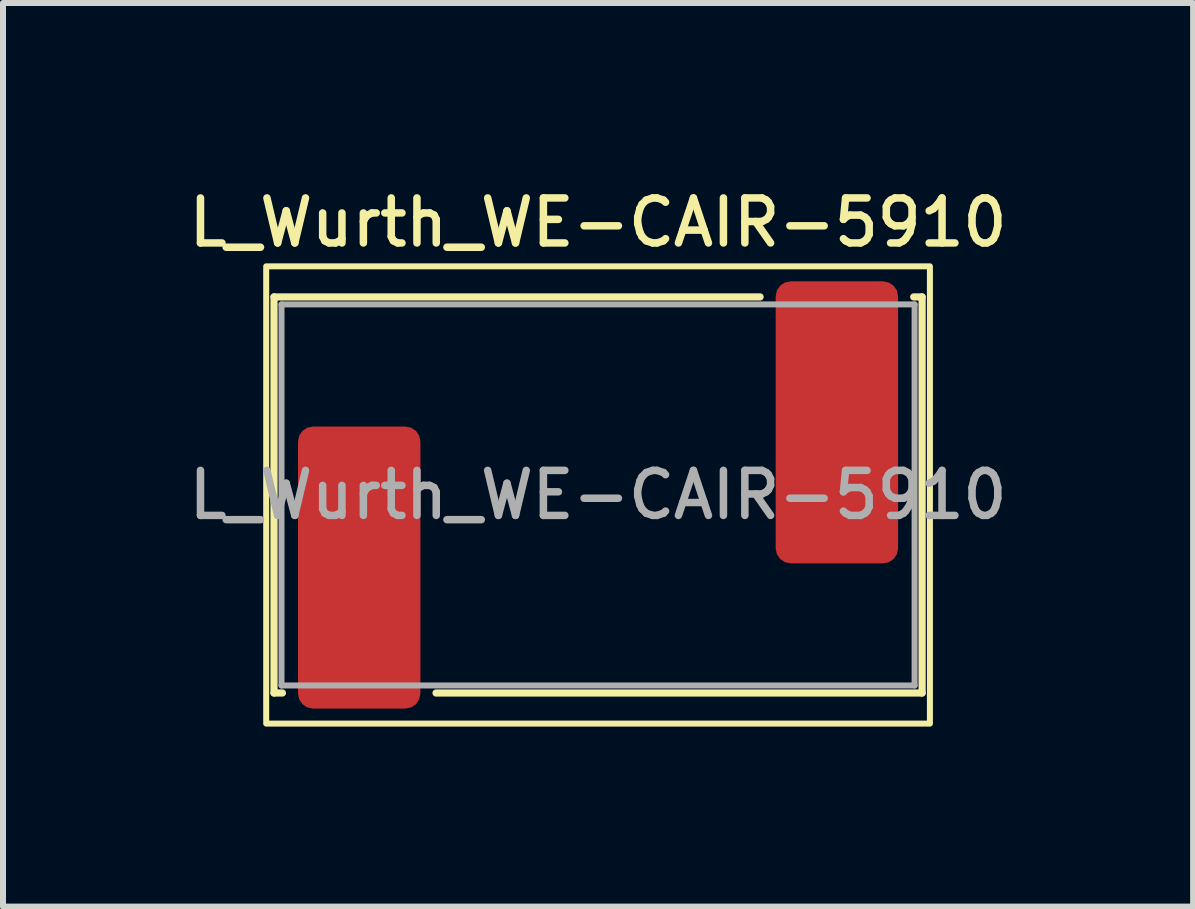
<source format=kicad_pcb>
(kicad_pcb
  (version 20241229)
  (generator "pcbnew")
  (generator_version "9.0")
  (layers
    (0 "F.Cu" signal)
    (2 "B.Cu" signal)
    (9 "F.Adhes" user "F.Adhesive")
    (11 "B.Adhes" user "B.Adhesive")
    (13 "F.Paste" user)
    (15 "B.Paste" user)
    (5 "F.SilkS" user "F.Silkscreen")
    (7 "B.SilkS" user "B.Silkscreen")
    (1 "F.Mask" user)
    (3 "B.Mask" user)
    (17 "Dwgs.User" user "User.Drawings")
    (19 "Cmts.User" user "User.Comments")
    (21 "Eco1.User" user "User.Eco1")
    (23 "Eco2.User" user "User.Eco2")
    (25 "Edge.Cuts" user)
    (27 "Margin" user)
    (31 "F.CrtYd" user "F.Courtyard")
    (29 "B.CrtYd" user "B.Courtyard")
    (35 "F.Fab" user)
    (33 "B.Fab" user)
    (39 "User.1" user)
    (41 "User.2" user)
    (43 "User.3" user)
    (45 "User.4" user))
  (footprint "L_Wurth_WE-CAIR-5910"
    (layer "F.Cu")
    (at 6.916 5.198)
    (property "Reference" "L_Wurth_WE-CAIR-5910" (at 0 -4.54 0) (unlocked yes) (layer "F.SilkS") (effects (font (size 0.75 0.75) (thickness 0.125))))
    (attr smd)
    (fp_line (start -5.4 -3.3) (end -5.4 3.3) (stroke (width 0.12) (type default)) (layer "F.SilkS"))
    (fp_line (start -5.4 3.3) (end -5.26 3.3) (stroke (width 0.12) (type default)) (layer "F.SilkS"))
    (fp_line (start -2.7 3.3) (end 5.4 3.3) (stroke (width 0.12) (type default)) (layer "F.SilkS"))
    (fp_line (start 2.7 -3.3) (end -5.4 -3.3) (stroke (width 0.12) (type default)) (layer "F.SilkS"))
    (fp_line (start 5.4 -3.3) (end 5.26 -3.3) (stroke (width 0.12) (type default)) (layer "F.SilkS"))
    (fp_line (start 5.4 3.3) (end 5.4 -3.3) (stroke (width 0.12) (type default)) (layer "F.SilkS"))
    (fp_rect (start 5.53 -3.81) (end -5.53 3.81) (stroke (width 0.1) (type default)) (fill no) (layer "F.SilkS"))
    (fp_line (start -5.275 -3.175) (end -5.275 3.175) (stroke (width 0.1) (type default)) (layer "F.Fab"))
    (fp_line (start -5.275 3.175) (end 5.275 3.175) (stroke (width 0.1) (type default)) (layer "F.Fab"))
    (fp_line (start 5.275 -3.175) (end -5.275 -3.175) (stroke (width 0.1) (type default)) (layer "F.Fab"))
    (fp_line (start 5.275 3.175) (end 5.275 -3.175) (stroke (width 0.1) (type default)) (layer "F.Fab"))
    (fp_text user "${REFERENCE}" (at 0 0 0) (unlocked yes) (layer "F.Fab") (effects (font (size 0.75 0.75) (thickness 0.125))))
    (pad "1" smd roundrect (at -3.98 1.21 180) (size 2.04 4.7) (layers "F.Cu" "F.Mask" "F.Paste") (roundrect_rratio 0.123))
    (pad "2" smd roundrect (at 3.98 -1.21 180) (size 2.04 4.7) (layers "F.Cu" "F.Mask" "F.Paste") (roundrect_rratio 0.123)))
  (gr_rect
    (start -3 -3)
    (end 16.832 12.058)
    (stroke (width 0.1) (type default))
    (fill no)
    (layer "Edge.Cuts")))
</source>
